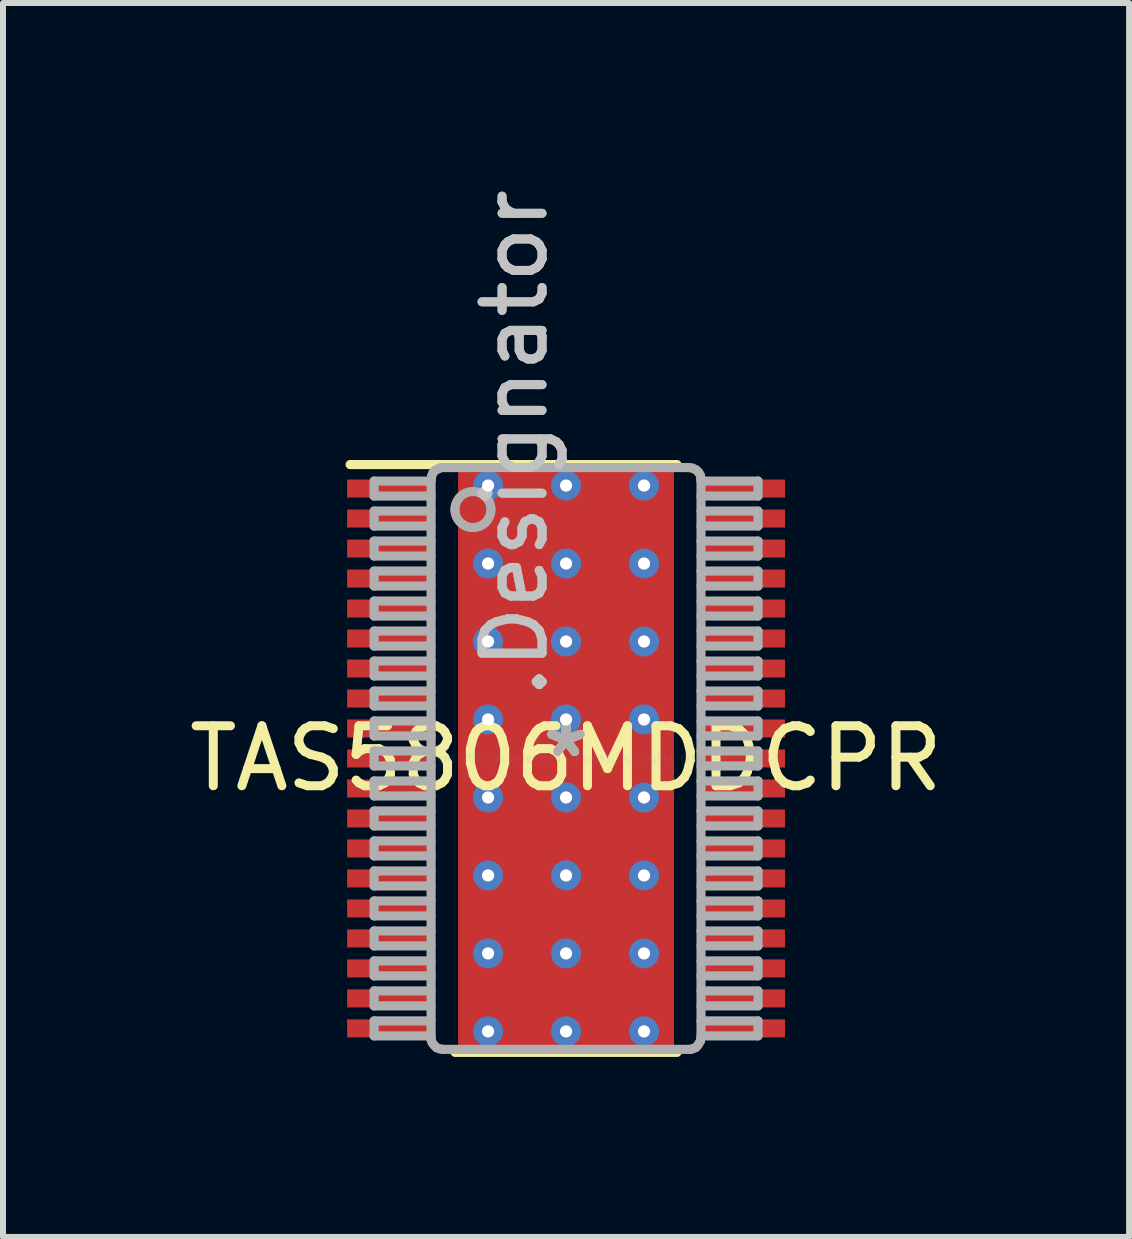
<source format=kicad_pcb>
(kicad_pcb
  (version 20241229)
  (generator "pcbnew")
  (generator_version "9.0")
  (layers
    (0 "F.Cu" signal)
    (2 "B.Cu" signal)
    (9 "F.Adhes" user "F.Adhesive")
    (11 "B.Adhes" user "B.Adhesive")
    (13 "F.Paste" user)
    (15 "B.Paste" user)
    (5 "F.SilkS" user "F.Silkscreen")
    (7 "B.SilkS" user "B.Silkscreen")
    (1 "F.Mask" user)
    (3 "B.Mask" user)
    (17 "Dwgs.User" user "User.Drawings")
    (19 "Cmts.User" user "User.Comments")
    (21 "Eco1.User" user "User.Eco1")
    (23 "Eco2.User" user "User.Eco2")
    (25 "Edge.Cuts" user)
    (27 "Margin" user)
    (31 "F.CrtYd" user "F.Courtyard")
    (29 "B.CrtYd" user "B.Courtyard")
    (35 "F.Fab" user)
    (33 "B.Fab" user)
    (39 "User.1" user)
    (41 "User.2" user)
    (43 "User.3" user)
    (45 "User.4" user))
  (footprint "TAS5806MDDCPR"
    (layer "F.Cu")
    (at 6.387 9.595)
    (property "Reference" "TAS5806MDDCPR" (at 0 0 0) (layer "F.SilkS") (effects (font (size 1 1) (thickness 0.15))))
    (attr through_hole)
    (fp_line (start -1.45 -2.307) (end -1.449 -2.315) (stroke (width 0.152) (type solid)) (layer "F.Mask"))
    (fp_line (start -1.45 2.307) (end -1.45 -2.307) (stroke (width 0.152) (type solid)) (layer "F.Mask"))
    (fp_line (start -1.449 -2.315) (end -1.447 -2.323) (stroke (width 0.152) (type solid)) (layer "F.Mask"))
    (fp_line (start -1.449 2.315) (end -1.45 2.307) (stroke (width 0.152) (type solid)) (layer "F.Mask"))
    (fp_line (start -1.447 -2.323) (end -1.443 -2.331) (stroke (width 0.152) (type solid)) (layer "F.Mask"))
    (fp_line (start -1.447 2.323) (end -1.449 2.315) (stroke (width 0.152) (type solid)) (layer "F.Mask"))
    (fp_line (start -1.443 -2.331) (end -1.437 -2.337) (stroke (width 0.152) (type solid)) (layer "F.Mask"))
    (fp_line (start -1.443 2.331) (end -1.447 2.323) (stroke (width 0.152) (type solid)) (layer "F.Mask"))
    (fp_line (start -1.437 -2.337) (end -1.431 -2.343) (stroke (width 0.152) (type solid)) (layer "F.Mask"))
    (fp_line (start -1.437 2.337) (end -1.443 2.331) (stroke (width 0.152) (type solid)) (layer "F.Mask"))
    (fp_line (start -1.431 -2.343) (end -1.423 -2.347) (stroke (width 0.152) (type solid)) (layer "F.Mask"))
    (fp_line (start -1.431 2.343) (end -1.437 2.337) (stroke (width 0.152) (type solid)) (layer "F.Mask"))
    (fp_line (start -1.423 -2.347) (end -1.415 -2.349) (stroke (width 0.152) (type solid)) (layer "F.Mask"))
    (fp_line (start -1.423 2.347) (end -1.431 2.343) (stroke (width 0.152) (type solid)) (layer "F.Mask"))
    (fp_line (start -1.415 -2.349) (end -1.407 -2.35) (stroke (width 0.152) (type solid)) (layer "F.Mask"))
    (fp_line (start -1.415 2.349) (end -1.423 2.347) (stroke (width 0.152) (type solid)) (layer "F.Mask"))
    (fp_line (start -1.407 -2.35) (end 1.407 -2.35) (stroke (width 0.152) (type solid)) (layer "F.Mask"))
    (fp_line (start -1.407 2.35) (end -1.415 2.349) (stroke (width 0.152) (type solid)) (layer "F.Mask"))
    (fp_line (start 1.407 -2.35) (end 1.415 -2.349) (stroke (width 0.152) (type solid)) (layer "F.Mask"))
    (fp_line (start 1.407 2.35) (end -1.407 2.35) (stroke (width 0.152) (type solid)) (layer "F.Mask"))
    (fp_line (start 1.415 -2.349) (end 1.423 -2.347) (stroke (width 0.152) (type solid)) (layer "F.Mask"))
    (fp_line (start 1.415 2.349) (end 1.407 2.35) (stroke (width 0.152) (type solid)) (layer "F.Mask"))
    (fp_line (start 1.423 -2.347) (end 1.431 -2.343) (stroke (width 0.152) (type solid)) (layer "F.Mask"))
    (fp_line (start 1.423 2.347) (end 1.415 2.349) (stroke (width 0.152) (type solid)) (layer "F.Mask"))
    (fp_line (start 1.431 -2.343) (end 1.437 -2.337) (stroke (width 0.152) (type solid)) (layer "F.Mask"))
    (fp_line (start 1.431 2.343) (end 1.423 2.347) (stroke (width 0.152) (type solid)) (layer "F.Mask"))
    (fp_line (start 1.437 -2.337) (end 1.443 -2.331) (stroke (width 0.152) (type solid)) (layer "F.Mask"))
    (fp_line (start 1.437 2.337) (end 1.431 2.343) (stroke (width 0.152) (type solid)) (layer "F.Mask"))
    (fp_line (start 1.443 -2.331) (end 1.447 -2.323) (stroke (width 0.152) (type solid)) (layer "F.Mask"))
    (fp_line (start 1.443 2.331) (end 1.437 2.337) (stroke (width 0.152) (type solid)) (layer "F.Mask"))
    (fp_line (start 1.447 -2.323) (end 1.449 -2.315) (stroke (width 0.152) (type solid)) (layer "F.Mask"))
    (fp_line (start 1.447 2.323) (end 1.443 2.331) (stroke (width 0.152) (type solid)) (layer "F.Mask"))
    (fp_line (start 1.449 -2.315) (end 1.45 -2.307) (stroke (width 0.152) (type solid)) (layer "F.Mask"))
    (fp_line (start 1.449 2.315) (end 1.447 2.323) (stroke (width 0.152) (type solid)) (layer "F.Mask"))
    (fp_line (start 1.45 -2.307) (end 1.45 2.307) (stroke (width 0.152) (type solid)) (layer "F.Mask"))
    (fp_line (start 1.45 2.307) (end 1.449 2.315) (stroke (width 0.152) (type solid)) (layer "F.Mask"))
    (fp_line (start -3.6 -4.9) (end 1.85 -4.9) (stroke (width 0.152) (type solid)) (layer "F.SilkS"))
    (fp_line (start -1.85 4.9) (end 1.85 4.9) (stroke (width 0.152) (type solid)) (layer "F.SilkS"))
    (fp_line (start -1.45 -2.307) (end -1.449 -2.315) (stroke (width 0.152) (type solid)) (layer "F.Paste"))
    (fp_line (start -1.45 2.307) (end -1.45 -2.307) (stroke (width 0.152) (type solid)) (layer "F.Paste"))
    (fp_line (start -1.449 -2.315) (end -1.447 -2.323) (stroke (width 0.152) (type solid)) (layer "F.Paste"))
    (fp_line (start -1.449 2.315) (end -1.45 2.307) (stroke (width 0.152) (type solid)) (layer "F.Paste"))
    (fp_line (start -1.447 -2.323) (end -1.443 -2.331) (stroke (width 0.152) (type solid)) (layer "F.Paste"))
    (fp_line (start -1.447 2.323) (end -1.449 2.315) (stroke (width 0.152) (type solid)) (layer "F.Paste"))
    (fp_line (start -1.443 -2.331) (end -1.437 -2.337) (stroke (width 0.152) (type solid)) (layer "F.Paste"))
    (fp_line (start -1.443 2.331) (end -1.447 2.323) (stroke (width 0.152) (type solid)) (layer "F.Paste"))
    (fp_line (start -1.437 -2.337) (end -1.431 -2.343) (stroke (width 0.152) (type solid)) (layer "F.Paste"))
    (fp_line (start -1.437 2.337) (end -1.443 2.331) (stroke (width 0.152) (type solid)) (layer "F.Paste"))
    (fp_line (start -1.431 -2.343) (end -1.423 -2.347) (stroke (width 0.152) (type solid)) (layer "F.Paste"))
    (fp_line (start -1.431 2.343) (end -1.437 2.337) (stroke (width 0.152) (type solid)) (layer "F.Paste"))
    (fp_line (start -1.423 -2.347) (end -1.415 -2.349) (stroke (width 0.152) (type solid)) (layer "F.Paste"))
    (fp_line (start -1.423 2.347) (end -1.431 2.343) (stroke (width 0.152) (type solid)) (layer "F.Paste"))
    (fp_line (start -1.415 -2.349) (end -1.407 -2.35) (stroke (width 0.152) (type solid)) (layer "F.Paste"))
    (fp_line (start -1.415 2.349) (end -1.423 2.347) (stroke (width 0.152) (type solid)) (layer "F.Paste"))
    (fp_line (start -1.407 -2.35) (end 1.407 -2.35) (stroke (width 0.152) (type solid)) (layer "F.Paste"))
    (fp_line (start -1.407 2.35) (end -1.415 2.349) (stroke (width 0.152) (type solid)) (layer "F.Paste"))
    (fp_line (start 1.407 -2.35) (end 1.415 -2.349) (stroke (width 0.152) (type solid)) (layer "F.Paste"))
    (fp_line (start 1.407 2.35) (end -1.407 2.35) (stroke (width 0.152) (type solid)) (layer "F.Paste"))
    (fp_line (start 1.415 -2.349) (end 1.423 -2.347) (stroke (width 0.152) (type solid)) (layer "F.Paste"))
    (fp_line (start 1.415 2.349) (end 1.407 2.35) (stroke (width 0.152) (type solid)) (layer "F.Paste"))
    (fp_line (start 1.423 -2.347) (end 1.431 -2.343) (stroke (width 0.152) (type solid)) (layer "F.Paste"))
    (fp_line (start 1.423 2.347) (end 1.415 2.349) (stroke (width 0.152) (type solid)) (layer "F.Paste"))
    (fp_line (start 1.431 -2.343) (end 1.437 -2.337) (stroke (width 0.152) (type solid)) (layer "F.Paste"))
    (fp_line (start 1.431 2.343) (end 1.423 2.347) (stroke (width 0.152) (type solid)) (layer "F.Paste"))
    (fp_line (start 1.437 -2.337) (end 1.443 -2.331) (stroke (width 0.152) (type solid)) (layer "F.Paste"))
    (fp_line (start 1.437 2.337) (end 1.431 2.343) (stroke (width 0.152) (type solid)) (layer "F.Paste"))
    (fp_line (start 1.443 -2.331) (end 1.447 -2.323) (stroke (width 0.152) (type solid)) (layer "F.Paste"))
    (fp_line (start 1.443 2.331) (end 1.437 2.337) (stroke (width 0.152) (type solid)) (layer "F.Paste"))
    (fp_line (start 1.447 -2.323) (end 1.449 -2.315) (stroke (width 0.152) (type solid)) (layer "F.Paste"))
    (fp_line (start 1.447 2.323) (end 1.443 2.331) (stroke (width 0.152) (type solid)) (layer "F.Paste"))
    (fp_line (start 1.449 -2.315) (end 1.45 -2.307) (stroke (width 0.152) (type solid)) (layer "F.Paste"))
    (fp_line (start 1.449 2.315) (end 1.447 2.323) (stroke (width 0.152) (type solid)) (layer "F.Paste"))
    (fp_line (start 1.45 -2.307) (end 1.45 2.307) (stroke (width 0.152) (type solid)) (layer "F.Paste"))
    (fp_line (start 1.45 2.307) (end 1.449 2.315) (stroke (width 0.152) (type solid)) (layer "F.Paste"))
    (fp_line (start -3.2 -4.625) (end -2.25 -4.625) (stroke (width 0.152) (type solid)) (layer "F.Fab"))
    (fp_line (start -3.2 -4.375) (end -3.2 -4.625) (stroke (width 0.152) (type solid)) (layer "F.Fab"))
    (fp_line (start -3.2 -4.375) (end -2.25 -4.375) (stroke (width 0.152) (type solid)) (layer "F.Fab"))
    (fp_line (start -3.2 -4.125) (end -2.25 -4.125) (stroke (width 0.152) (type solid)) (layer "F.Fab"))
    (fp_line (start -3.2 -3.875) (end -3.2 -4.125) (stroke (width 0.152) (type solid)) (layer "F.Fab"))
    (fp_line (start -3.2 -3.875) (end -2.25 -3.875) (stroke (width 0.152) (type solid)) (layer "F.Fab"))
    (fp_line (start -3.2 -3.625) (end -2.25 -3.625) (stroke (width 0.152) (type solid)) (layer "F.Fab"))
    (fp_line (start -3.2 -3.375) (end -3.2 -3.625) (stroke (width 0.152) (type solid)) (layer "F.Fab"))
    (fp_line (start -3.2 -3.375) (end -2.25 -3.375) (stroke (width 0.152) (type solid)) (layer "F.Fab"))
    (fp_line (start -3.2 -3.125) (end -2.25 -3.125) (stroke (width 0.152) (type solid)) (layer "F.Fab"))
    (fp_line (start -3.2 -2.875) (end -3.2 -3.125) (stroke (width 0.152) (type solid)) (layer "F.Fab"))
    (fp_line (start -3.2 -2.875) (end -2.25 -2.875) (stroke (width 0.152) (type solid)) (layer "F.Fab"))
    (fp_line (start -3.2 -2.625) (end -2.25 -2.625) (stroke (width 0.152) (type solid)) (layer "F.Fab"))
    (fp_line (start -3.2 -2.375) (end -3.2 -2.625) (stroke (width 0.152) (type solid)) (layer "F.Fab"))
    (fp_line (start -3.2 -2.375) (end -2.25 -2.375) (stroke (width 0.152) (type solid)) (layer "F.Fab"))
    (fp_line (start -3.2 -2.125) (end -2.25 -2.125) (stroke (width 0.152) (type solid)) (layer "F.Fab"))
    (fp_line (start -3.2 -1.875) (end -3.2 -2.125) (stroke (width 0.152) (type solid)) (layer "F.Fab"))
    (fp_line (start -3.2 -1.875) (end -2.25 -1.875) (stroke (width 0.152) (type solid)) (layer "F.Fab"))
    (fp_line (start -3.2 -1.625) (end -2.25 -1.625) (stroke (width 0.152) (type solid)) (layer "F.Fab"))
    (fp_line (start -3.2 -1.375) (end -3.2 -1.625) (stroke (width 0.152) (type solid)) (layer "F.Fab"))
    (fp_line (start -3.2 -1.375) (end -2.25 -1.375) (stroke (width 0.152) (type solid)) (layer "F.Fab"))
    (fp_line (start -3.2 -1.125) (end -2.25 -1.125) (stroke (width 0.152) (type solid)) (layer "F.Fab"))
    (fp_line (start -3.2 -0.875) (end -3.2 -1.125) (stroke (width 0.152) (type solid)) (layer "F.Fab"))
    (fp_line (start -3.2 -0.875) (end -2.25 -0.875) (stroke (width 0.152) (type solid)) (layer "F.Fab"))
    (fp_line (start -3.2 -0.625) (end -2.25 -0.625) (stroke (width 0.152) (type solid)) (layer "F.Fab"))
    (fp_line (start -3.2 -0.375) (end -3.2 -0.625) (stroke (width 0.152) (type solid)) (layer "F.Fab"))
    (fp_line (start -3.2 -0.375) (end -2.25 -0.375) (stroke (width 0.152) (type solid)) (layer "F.Fab"))
    (fp_line (start -3.2 -0.125) (end -2.25 -0.125) (stroke (width 0.152) (type solid)) (layer "F.Fab"))
    (fp_line (start -3.2 0.125) (end -3.2 -0.125) (stroke (width 0.152) (type solid)) (layer "F.Fab"))
    (fp_line (start -3.2 0.125) (end -2.25 0.125) (stroke (width 0.152) (type solid)) (layer "F.Fab"))
    (fp_line (start -3.2 0.375) (end -2.25 0.375) (stroke (width 0.152) (type solid)) (layer "F.Fab"))
    (fp_line (start -3.2 0.625) (end -3.2 0.375) (stroke (width 0.152) (type solid)) (layer "F.Fab"))
    (fp_line (start -3.2 0.625) (end -2.25 0.625) (stroke (width 0.152) (type solid)) (layer "F.Fab"))
    (fp_line (start -3.2 0.875) (end -2.25 0.875) (stroke (width 0.152) (type solid)) (layer "F.Fab"))
    (fp_line (start -3.2 1.125) (end -3.2 0.875) (stroke (width 0.152) (type solid)) (layer "F.Fab"))
    (fp_line (start -3.2 1.125) (end -2.25 1.125) (stroke (width 0.152) (type solid)) (layer "F.Fab"))
    (fp_line (start -3.2 1.375) (end -2.25 1.375) (stroke (width 0.152) (type solid)) (layer "F.Fab"))
    (fp_line (start -3.2 1.625) (end -3.2 1.375) (stroke (width 0.152) (type solid)) (layer "F.Fab"))
    (fp_line (start -3.2 1.625) (end -2.25 1.625) (stroke (width 0.152) (type solid)) (layer "F.Fab"))
    (fp_line (start -3.2 1.875) (end -2.25 1.875) (stroke (width 0.152) (type solid)) (layer "F.Fab"))
    (fp_line (start -3.2 2.125) (end -3.2 1.875) (stroke (width 0.152) (type solid)) (layer "F.Fab"))
    (fp_line (start -3.2 2.125) (end -2.25 2.125) (stroke (width 0.152) (type solid)) (layer "F.Fab"))
    (fp_line (start -3.2 2.375) (end -2.25 2.375) (stroke (width 0.152) (type solid)) (layer "F.Fab"))
    (fp_line (start -3.2 2.625) (end -3.2 2.375) (stroke (width 0.152) (type solid)) (layer "F.Fab"))
    (fp_line (start -3.2 2.625) (end -2.25 2.625) (stroke (width 0.152) (type solid)) (layer "F.Fab"))
    (fp_line (start -3.2 2.875) (end -2.25 2.875) (stroke (width 0.152) (type solid)) (layer "F.Fab"))
    (fp_line (start -3.2 3.125) (end -3.2 2.875) (stroke (width 0.152) (type solid)) (layer "F.Fab"))
    (fp_line (start -3.2 3.125) (end -2.25 3.125) (stroke (width 0.152) (type solid)) (layer "F.Fab"))
    (fp_line (start -3.2 3.375) (end -2.25 3.375) (stroke (width 0.152) (type solid)) (layer "F.Fab"))
    (fp_line (start -3.2 3.625) (end -3.2 3.375) (stroke (width 0.152) (type solid)) (layer "F.Fab"))
    (fp_line (start -3.2 3.625) (end -2.25 3.625) (stroke (width 0.152) (type solid)) (layer "F.Fab"))
    (fp_line (start -3.2 3.875) (end -2.25 3.875) (stroke (width 0.152) (type solid)) (layer "F.Fab"))
    (fp_line (start -3.2 4.125) (end -3.2 3.875) (stroke (width 0.152) (type solid)) (layer "F.Fab"))
    (fp_line (start -3.2 4.125) (end -2.25 4.125) (stroke (width 0.152) (type solid)) (layer "F.Fab"))
    (fp_line (start -3.2 4.375) (end -2.25 4.375) (stroke (width 0.152) (type solid)) (layer "F.Fab"))
    (fp_line (start -3.2 4.625) (end -3.2 4.375) (stroke (width 0.152) (type solid)) (layer "F.Fab"))
    (fp_line (start -3.2 4.625) (end -2.25 4.625) (stroke (width 0.152) (type solid)) (layer "F.Fab"))
    (fp_line (start -2.25 -4.65) (end -2.24 -4.71) (stroke (width 0.152) (type solid)) (layer "F.Fab"))
    (fp_line (start -2.25 4.65) (end -2.25 -4.65) (stroke (width 0.152) (type solid)) (layer "F.Fab"))
    (fp_line (start -2.25 4.65) (end -2.25 4.69) (stroke (width 0.152) (type solid)) (layer "F.Fab"))
    (fp_line (start -2.25 4.69) (end -2.23 4.74) (stroke (width 0.152) (type solid)) (layer "F.Fab"))
    (fp_line (start -2.24 -4.71) (end -2.22 -4.76) (stroke (width 0.152) (type solid)) (layer "F.Fab"))
    (fp_line (start -2.23 4.74) (end -2.2 4.78) (stroke (width 0.152) (type solid)) (layer "F.Fab"))
    (fp_line (start -2.22 -4.76) (end -2.19 -4.8) (stroke (width 0.152) (type solid)) (layer "F.Fab"))
    (fp_line (start -2.2 4.78) (end -2.16 4.82) (stroke (width 0.152) (type solid)) (layer "F.Fab"))
    (fp_line (start -2.19 -4.8) (end -2.13 -4.83) (stroke (width 0.152) (type solid)) (layer "F.Fab"))
    (fp_line (start -2.16 4.82) (end -2.11 4.84) (stroke (width 0.152) (type solid)) (layer "F.Fab"))
    (fp_line (start -2.13 -4.83) (end -2.08 -4.85) (stroke (width 0.152) (type solid)) (layer "F.Fab"))
    (fp_line (start -2.11 4.84) (end -2.05 4.85) (stroke (width 0.152) (type solid)) (layer "F.Fab"))
    (fp_line (start -2.08 -4.85) (end -2.05 -4.85) (stroke (width 0.152) (type solid)) (layer "F.Fab"))
    (fp_line (start -2.05 4.85) (end 2.05 4.85) (stroke (width 0.152) (type solid)) (layer "F.Fab"))
    (fp_line (start -2.05 -4.85) (end 2.05 -4.85) (stroke (width 0.152) (type solid)) (layer "F.Fab"))
    (fp_line (start 2.05 4.85) (end 2.07 4.85) (stroke (width 0.152) (type solid)) (layer "F.Fab"))
    (fp_line (start 2.05 -4.85) (end 2.11 -4.84) (stroke (width 0.152) (type solid)) (layer "F.Fab"))
    (fp_line (start 2.07 4.85) (end 2.11 4.84) (stroke (width 0.152) (type solid)) (layer "F.Fab"))
    (fp_line (start 2.11 -4.84) (end 2.17 -4.81) (stroke (width 0.152) (type solid)) (layer "F.Fab"))
    (fp_line (start 2.11 4.84) (end 2.16 4.82) (stroke (width 0.152) (type solid)) (layer "F.Fab"))
    (fp_line (start 2.16 4.82) (end 2.19 4.79) (stroke (width 0.152) (type solid)) (layer "F.Fab"))
    (fp_line (start 2.17 -4.81) (end 2.21 -4.77) (stroke (width 0.152) (type solid)) (layer "F.Fab"))
    (fp_line (start 2.19 4.79) (end 2.21 4.76) (stroke (width 0.152) (type solid)) (layer "F.Fab"))
    (fp_line (start 2.21 -4.77) (end 2.24 -4.72) (stroke (width 0.152) (type solid)) (layer "F.Fab"))
    (fp_line (start 2.21 4.76) (end 2.24 4.71) (stroke (width 0.152) (type solid)) (layer "F.Fab"))
    (fp_line (start 2.24 -4.72) (end 2.25 -4.67) (stroke (width 0.152) (type solid)) (layer "F.Fab"))
    (fp_line (start 2.24 4.71) (end 2.25 4.65) (stroke (width 0.152) (type solid)) (layer "F.Fab"))
    (fp_line (start 2.25 4.65) (end 2.25 -4.65) (stroke (width 0.152) (type solid)) (layer "F.Fab"))
    (fp_line (start 2.25 -4.65) (end 2.25 -4.67) (stroke (width 0.152) (type solid)) (layer "F.Fab"))
    (fp_line (start 2.25 -4.625) (end 3.2 -4.625) (stroke (width 0.152) (type solid)) (layer "F.Fab"))
    (fp_line (start 2.25 -4.375) (end 3.2 -4.375) (stroke (width 0.152) (type solid)) (layer "F.Fab"))
    (fp_line (start 2.25 -4.125) (end 3.2 -4.125) (stroke (width 0.152) (type solid)) (layer "F.Fab"))
    (fp_line (start 2.25 -3.875) (end 3.2 -3.875) (stroke (width 0.152) (type solid)) (layer "F.Fab"))
    (fp_line (start 2.25 -3.625) (end 3.2 -3.625) (stroke (width 0.152) (type solid)) (layer "F.Fab"))
    (fp_line (start 2.25 -3.375) (end 3.2 -3.375) (stroke (width 0.152) (type solid)) (layer "F.Fab"))
    (fp_line (start 2.25 -3.125) (end 3.2 -3.125) (stroke (width 0.152) (type solid)) (layer "F.Fab"))
    (fp_line (start 2.25 -2.875) (end 3.2 -2.875) (stroke (width 0.152) (type solid)) (layer "F.Fab"))
    (fp_line (start 2.25 -2.625) (end 3.2 -2.625) (stroke (width 0.152) (type solid)) (layer "F.Fab"))
    (fp_line (start 2.25 -2.375) (end 3.2 -2.375) (stroke (width 0.152) (type solid)) (layer "F.Fab"))
    (fp_line (start 2.25 -2.125) (end 3.2 -2.125) (stroke (width 0.152) (type solid)) (layer "F.Fab"))
    (fp_line (start 2.25 -1.875) (end 3.2 -1.875) (stroke (width 0.152) (type solid)) (layer "F.Fab"))
    (fp_line (start 2.25 -1.625) (end 3.2 -1.625) (stroke (width 0.152) (type solid)) (layer "F.Fab"))
    (fp_line (start 2.25 -1.375) (end 3.2 -1.375) (stroke (width 0.152) (type solid)) (layer "F.Fab"))
    (fp_line (start 2.25 -1.125) (end 3.2 -1.125) (stroke (width 0.152) (type solid)) (layer "F.Fab"))
    (fp_line (start 2.25 -0.875) (end 3.2 -0.875) (stroke (width 0.152) (type solid)) (layer "F.Fab"))
    (fp_line (start 2.25 -0.625) (end 3.2 -0.625) (stroke (width 0.152) (type solid)) (layer "F.Fab"))
    (fp_line (start 2.25 -0.375) (end 3.2 -0.375) (stroke (width 0.152) (type solid)) (layer "F.Fab"))
    (fp_line (start 2.25 -0.125) (end 3.2 -0.125) (stroke (width 0.152) (type solid)) (layer "F.Fab"))
    (fp_line (start 2.25 0.125) (end 3.2 0.125) (stroke (width 0.152) (type solid)) (layer "F.Fab"))
    (fp_line (start 2.25 0.375) (end 3.2 0.375) (stroke (width 0.152) (type solid)) (layer "F.Fab"))
    (fp_line (start 2.25 0.625) (end 3.2 0.625) (stroke (width 0.152) (type solid)) (layer "F.Fab"))
    (fp_line (start 2.25 0.875) (end 3.2 0.875) (stroke (width 0.152) (type solid)) (layer "F.Fab"))
    (fp_line (start 2.25 1.125) (end 3.2 1.125) (stroke (width 0.152) (type solid)) (layer "F.Fab"))
    (fp_line (start 2.25 1.375) (end 3.2 1.375) (stroke (width 0.152) (type solid)) (layer "F.Fab"))
    (fp_line (start 2.25 1.625) (end 3.2 1.625) (stroke (width 0.152) (type solid)) (layer "F.Fab"))
    (fp_line (start 2.25 1.875) (end 3.2 1.875) (stroke (width 0.152) (type solid)) (layer "F.Fab"))
    (fp_line (start 2.25 2.125) (end 3.2 2.125) (stroke (width 0.152) (type solid)) (layer "F.Fab"))
    (fp_line (start 2.25 2.375) (end 3.2 2.375) (stroke (width 0.152) (type solid)) (layer "F.Fab"))
    (fp_line (start 2.25 2.625) (end 3.2 2.625) (stroke (width 0.152) (type solid)) (layer "F.Fab"))
    (fp_line (start 2.25 2.875) (end 3.2 2.875) (stroke (width 0.152) (type solid)) (layer "F.Fab"))
    (fp_line (start 2.25 3.125) (end 3.2 3.125) (stroke (width 0.152) (type solid)) (layer "F.Fab"))
    (fp_line (start 2.25 3.375) (end 3.2 3.375) (stroke (width 0.152) (type solid)) (layer "F.Fab"))
    (fp_line (start 2.25 3.625) (end 3.2 3.625) (stroke (width 0.152) (type solid)) (layer "F.Fab"))
    (fp_line (start 2.25 3.875) (end 3.2 3.875) (stroke (width 0.152) (type solid)) (layer "F.Fab"))
    (fp_line (start 2.25 4.125) (end 3.2 4.125) (stroke (width 0.152) (type solid)) (layer "F.Fab"))
    (fp_line (start 2.25 4.375) (end 3.2 4.375) (stroke (width 0.152) (type solid)) (layer "F.Fab"))
    (fp_line (start 2.25 4.625) (end 3.2 4.625) (stroke (width 0.152) (type solid)) (layer "F.Fab"))
    (fp_line (start 3.2 -4.375) (end 3.2 -4.625) (stroke (width 0.152) (type solid)) (layer "F.Fab"))
    (fp_line (start 3.2 -3.875) (end 3.2 -4.125) (stroke (width 0.152) (type solid)) (layer "F.Fab"))
    (fp_line (start 3.2 -3.375) (end 3.2 -3.625) (stroke (width 0.152) (type solid)) (layer "F.Fab"))
    (fp_line (start 3.2 -2.875) (end 3.2 -3.125) (stroke (width 0.152) (type solid)) (layer "F.Fab"))
    (fp_line (start 3.2 -2.375) (end 3.2 -2.625) (stroke (width 0.152) (type solid)) (layer "F.Fab"))
    (fp_line (start 3.2 -1.875) (end 3.2 -2.125) (stroke (width 0.152) (type solid)) (layer "F.Fab"))
    (fp_line (start 3.2 -1.375) (end 3.2 -1.625) (stroke (width 0.152) (type solid)) (layer "F.Fab"))
    (fp_line (start 3.2 -0.875) (end 3.2 -1.125) (stroke (width 0.152) (type solid)) (layer "F.Fab"))
    (fp_line (start 3.2 -0.375) (end 3.2 -0.625) (stroke (width 0.152) (type solid)) (layer "F.Fab"))
    (fp_line (start 3.2 0.125) (end 3.2 -0.125) (stroke (width 0.152) (type solid)) (layer "F.Fab"))
    (fp_line (start 3.2 0.625) (end 3.2 0.375) (stroke (width 0.152) (type solid)) (layer "F.Fab"))
    (fp_line (start 3.2 1.125) (end 3.2 0.875) (stroke (width 0.152) (type solid)) (layer "F.Fab"))
    (fp_line (start 3.2 1.625) (end 3.2 1.375) (stroke (width 0.152) (type solid)) (layer "F.Fab"))
    (fp_line (start 3.2 2.125) (end 3.2 1.875) (stroke (width 0.152) (type solid)) (layer "F.Fab"))
    (fp_line (start 3.2 2.625) (end 3.2 2.375) (stroke (width 0.152) (type solid)) (layer "F.Fab"))
    (fp_line (start 3.2 3.125) (end 3.2 2.875) (stroke (width 0.152) (type solid)) (layer "F.Fab"))
    (fp_line (start 3.2 3.625) (end 3.2 3.375) (stroke (width 0.152) (type solid)) (layer "F.Fab"))
    (fp_line (start 3.2 4.125) (end 3.2 3.875) (stroke (width 0.152) (type solid)) (layer "F.Fab"))
    (fp_line (start 3.2 4.625) (end 3.2 4.375) (stroke (width 0.152) (type solid)) (layer "F.Fab"))
    (fp_arc (start -1.852386 -4.149976) (mid -1.552387 -4.449975) (end -1.252388 -4.149976) (stroke (width 0.1524) (type solid)) (layer "F.Fab"))
    (fp_arc (start -1.252388 -4.149976) (mid -1.552387 -3.849977) (end -1.852386 -4.149976) (stroke (width 0.1524) (type solid)) (layer "F.Fab"))
    (fp_text user "*" (at 0 0 0) (layer "F.SilkS") (effects (font (size 1 1) (thickness 0.15))))
    (fp_text user ".Designator" (at -0.855 -5.256 270) (layer "Dwgs.User") (effects (font (size 1 1) (thickness 0.15))))
    (fp_text user "Copyright 2016 Accelerated Designs. All rights reserved." (at 0 0 0) (layer "Cmts.User") (effects (font (size 0.127 0.127) (thickness 0.002))))
    (fp_text user ".Designator" (at -0.855 -5.256 270) (layer "F.Fab") (effects (font (size 1 1) (thickness 0.15))))
    (fp_text user "*" (at 0 0 0) (layer "F.Fab") (effects (font (size 1 1) (thickness 0.15))))
    (pad "1" smd rect (at -2.95 -4.5 90) (size 0.3 1.4) (layers "F.Cu" "F.Mask" "F.Paste"))
    (pad "2" smd rect (at -2.95 -4 90) (size 0.3 1.4) (layers "F.Cu" "F.Mask" "F.Paste"))
    (pad "3" smd rect (at -2.95 -3.5 90) (size 0.3 1.4) (layers "F.Cu" "F.Mask" "F.Paste"))
    (pad "4" smd rect (at -2.95 -3 90) (size 0.3 1.4) (layers "F.Cu" "F.Mask" "F.Paste"))
    (pad "5" smd rect (at -2.95 -2.5 90) (size 0.3 1.4) (layers "F.Cu" "F.Mask" "F.Paste"))
    (pad "6" smd rect (at -2.95 -2 90) (size 0.3 1.4) (layers "F.Cu" "F.Mask" "F.Paste"))
    (pad "7" smd rect (at -2.95 -1.5 90) (size 0.3 1.4) (layers "F.Cu" "F.Mask" "F.Paste"))
    (pad "8" smd rect (at -2.95 -1 90) (size 0.3 1.4) (layers "F.Cu" "F.Mask" "F.Paste"))
    (pad "9" smd rect (at -2.95 -0.5 90) (size 0.3 1.4) (layers "F.Cu" "F.Mask" "F.Paste"))
    (pad "10" smd rect (at -2.95 0 90) (size 0.3 1.4) (layers "F.Cu" "F.Mask" "F.Paste"))
    (pad "11" smd rect (at -2.95 0.5 90) (size 0.3 1.4) (layers "F.Cu" "F.Mask" "F.Paste"))
    (pad "12" smd rect (at -2.95 1 90) (size 0.3 1.4) (layers "F.Cu" "F.Mask" "F.Paste"))
    (pad "13" smd rect (at -2.95 1.5 90) (size 0.3 1.4) (layers "F.Cu" "F.Mask" "F.Paste"))
    (pad "14" smd rect (at -2.95 2 90) (size 0.3 1.4) (layers "F.Cu" "F.Mask" "F.Paste"))
    (pad "15" smd rect (at -2.95 2.5 90) (size 0.3 1.4) (layers "F.Cu" "F.Mask" "F.Paste"))
    (pad "16" smd rect (at -2.95 3 90) (size 0.3 1.4) (layers "F.Cu" "F.Mask" "F.Paste"))
    (pad "17" smd rect (at -2.95 3.5 90) (size 0.3 1.4) (layers "F.Cu" "F.Mask" "F.Paste"))
    (pad "18" smd rect (at -2.95 4 90) (size 0.3 1.4) (layers "F.Cu" "F.Mask" "F.Paste"))
    (pad "19" smd rect (at -2.95 4.5 90) (size 0.3 1.4) (layers "F.Cu" "F.Mask" "F.Paste"))
    (pad "20" smd rect (at 2.95 4.5 90) (size 0.3 1.4) (layers "F.Cu" "F.Mask" "F.Paste"))
    (pad "21" smd rect (at 2.95 4 90) (size 0.3 1.4) (layers "F.Cu" "F.Mask" "F.Paste"))
    (pad "22" smd rect (at 2.95 3.5 90) (size 0.3 1.4) (layers "F.Cu" "F.Mask" "F.Paste"))
    (pad "23" smd rect (at 2.95 3 90) (size 0.3 1.4) (layers "F.Cu" "F.Mask" "F.Paste"))
    (pad "24" smd rect (at 2.95 2.5 90) (size 0.3 1.4) (layers "F.Cu" "F.Mask" "F.Paste"))
    (pad "25" smd rect (at 2.95 2 90) (size 0.3 1.4) (layers "F.Cu" "F.Mask" "F.Paste"))
    (pad "26" smd rect (at 2.95 1.5 90) (size 0.3 1.4) (layers "F.Cu" "F.Mask" "F.Paste"))
    (pad "27" smd rect (at 2.95 1 90) (size 0.3 1.4) (layers "F.Cu" "F.Mask" "F.Paste"))
    (pad "28" smd rect (at 2.95 0.5 90) (size 0.3 1.4) (layers "F.Cu" "F.Mask" "F.Paste"))
    (pad "29" smd rect (at 2.95 0 90) (size 0.3 1.4) (layers "F.Cu" "F.Mask" "F.Paste"))
    (pad "30" smd rect (at 2.95 -0.5 90) (size 0.3 1.4) (layers "F.Cu" "F.Mask" "F.Paste"))
    (pad "31" smd rect (at 2.95 -1 90) (size 0.3 1.4) (layers "F.Cu" "F.Mask" "F.Paste"))
    (pad "32" smd rect (at 2.95 -1.5 90) (size 0.3 1.4) (layers "F.Cu" "F.Mask" "F.Paste"))
    (pad "33" smd rect (at 2.95 -2 90) (size 0.3 1.4) (layers "F.Cu" "F.Mask" "F.Paste"))
    (pad "34" smd rect (at 2.95 -2.5 90) (size 0.3 1.4) (layers "F.Cu" "F.Mask" "F.Paste"))
    (pad "35" smd rect (at 2.95 -3 90) (size 0.3 1.4) (layers "F.Cu" "F.Mask" "F.Paste"))
    (pad "36" smd rect (at 2.95 -3.5 90) (size 0.3 1.4) (layers "F.Cu" "F.Mask" "F.Paste"))
    (pad "37" smd rect (at 2.95 -4 90) (size 0.3 1.4) (layers "F.Cu" "F.Mask" "F.Paste"))
    (pad "38" smd rect (at 2.95 -4.5 90) (size 0.3 1.4) (layers "F.Cu" "F.Mask" "F.Paste"))
    (pad "39" thru_hole circle (at -1.3 -4.55) (size 0.5 0.5) (drill 0.203) (layers "*.Cu" "*.Mask"))
    (pad "39" thru_hole circle (at -1.3 -3.25) (size 0.5 0.5) (drill 0.203) (layers "*.Cu" "*.Mask"))
    (pad "39" thru_hole circle (at -1.3 -1.95) (size 0.5 0.5) (drill 0.203) (layers "*.Cu" "*.Mask"))
    (pad "39" thru_hole circle (at -1.3 -0.65) (size 0.5 0.5) (drill 0.203) (layers "*.Cu" "*.Mask"))
    (pad "39" thru_hole circle (at -1.3 0.65) (size 0.5 0.5) (drill 0.203) (layers "*.Cu" "*.Mask"))
    (pad "39" thru_hole circle (at -1.3 1.95) (size 0.5 0.5) (drill 0.203) (layers "*.Cu" "*.Mask"))
    (pad "39" thru_hole circle (at -1.3 3.25) (size 0.5 0.5) (drill 0.203) (layers "*.Cu" "*.Mask"))
    (pad "39" thru_hole circle (at -1.3 4.55) (size 0.5 0.5) (drill 0.203) (layers "*.Cu" "*.Mask"))
    (pad "39" thru_hole circle (at 0 -4.55) (size 0.5 0.5) (drill 0.203) (layers "*.Cu" "*.Mask"))
    (pad "39" thru_hole circle (at 0 -3.25) (size 0.5 0.5) (drill 0.203) (layers "*.Cu" "*.Mask"))
    (pad "39" thru_hole circle (at 0 -1.95) (size 0.5 0.5) (drill 0.203) (layers "*.Cu" "*.Mask"))
    (pad "39" thru_hole circle (at 0 -0.65) (size 0.5 0.5) (drill 0.203) (layers "*.Cu" "*.Mask"))
    (pad "39" smd rect (at 0 0) (size 3.6 9.7) (layers "F.Cu" "F.Mask" "F.Paste"))
    (pad "39" thru_hole circle (at 0 0.65) (size 0.5 0.5) (drill 0.203) (layers "*.Cu" "*.Mask"))
    (pad "39" thru_hole circle (at 0 1.95) (size 0.5 0.5) (drill 0.203) (layers "*.Cu" "*.Mask"))
    (pad "39" thru_hole circle (at 0 3.25) (size 0.5 0.5) (drill 0.203) (layers "*.Cu" "*.Mask"))
    (pad "39" thru_hole circle (at 0 4.55) (size 0.5 0.5) (drill 0.203) (layers "*.Cu" "*.Mask"))
    (pad "39" thru_hole circle (at 1.3 -4.55) (size 0.5 0.5) (drill 0.203) (layers "*.Cu" "*.Mask"))
    (pad "39" thru_hole circle (at 1.3 -3.25) (size 0.5 0.5) (drill 0.203) (layers "*.Cu" "*.Mask"))
    (pad "39" thru_hole circle (at 1.3 -1.95) (size 0.5 0.5) (drill 0.203) (layers "*.Cu" "*.Mask"))
    (pad "39" thru_hole circle (at 1.3 -0.65) (size 0.5 0.5) (drill 0.203) (layers "*.Cu" "*.Mask"))
    (pad "39" thru_hole circle (at 1.3 0.65) (size 0.5 0.5) (drill 0.203) (layers "*.Cu" "*.Mask"))
    (pad "39" thru_hole circle (at 1.3 1.95) (size 0.5 0.5) (drill 0.203) (layers "*.Cu" "*.Mask"))
    (pad "39" thru_hole circle (at 1.3 3.25) (size 0.5 0.5) (drill 0.203) (layers "*.Cu" "*.Mask"))
    (pad "39" thru_hole circle (at 1.3 4.55) (size 0.5 0.5) (drill 0.203) (layers "*.Cu" "*.Mask")))
  (gr_rect
    (start -3 -3)
    (end 15.774 17.572)
    (stroke (width 0.1) (type default))
    (fill no)
    (layer "Edge.Cuts")))
</source>
